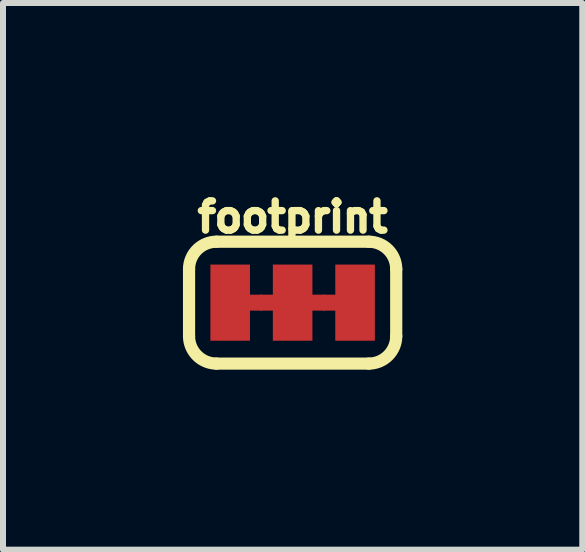
<source format=kicad_pcb>
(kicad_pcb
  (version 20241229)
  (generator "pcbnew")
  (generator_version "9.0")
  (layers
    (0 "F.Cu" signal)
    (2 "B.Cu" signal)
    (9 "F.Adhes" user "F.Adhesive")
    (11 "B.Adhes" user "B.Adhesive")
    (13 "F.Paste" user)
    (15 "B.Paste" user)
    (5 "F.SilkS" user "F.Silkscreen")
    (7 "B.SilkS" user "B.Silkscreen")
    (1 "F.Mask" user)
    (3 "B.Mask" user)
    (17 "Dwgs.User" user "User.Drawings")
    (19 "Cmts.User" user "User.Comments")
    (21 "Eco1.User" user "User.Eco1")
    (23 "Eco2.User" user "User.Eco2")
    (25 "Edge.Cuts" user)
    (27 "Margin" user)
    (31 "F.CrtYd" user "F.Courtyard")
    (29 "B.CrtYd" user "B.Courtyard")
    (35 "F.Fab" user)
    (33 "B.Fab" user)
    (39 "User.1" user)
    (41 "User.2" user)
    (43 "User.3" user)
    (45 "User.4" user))
  (footprint "footprint"
    (layer "F.Cu")
    (at 1.829 1.996)
    (property "Reference" "footprint" (at 0 -1.143 0) (layer "F.SilkS") (effects (font (size 0.488 0.488) (thickness 0.122)) (justify bottom)))
    (fp_poly (pts (xy -0.502 0.133) (xy -1.238 0.133) (xy -1.238 -0.133) (xy -0.502 -0.133)) (stroke (width 0) (type solid)) (fill yes) (layer "F.Cu"))
    (fp_poly (pts (xy 0.54 0.133) (xy -0.54 0.133) (xy -0.54 -0.133) (xy 0.54 -0.133)) (stroke (width 0) (type solid)) (fill yes) (layer "F.Cu"))
    (fp_poly (pts (xy 1.238 0.133) (xy 0.502 0.133) (xy 0.502 -0.133) (xy 1.238 -0.133)) (stroke (width 0) (type solid)) (fill yes) (layer "F.Cu"))
    (fp_poly (pts (xy -0.254 0.191) (xy -0.762 0.191) (xy -0.762 -0.191) (xy -0.254 -0.191)) (stroke (width 0) (type solid)) (fill yes) (layer "F.Mask"))
    (fp_poly (pts (xy 0.762 0.191) (xy 0.254 0.191) (xy 0.254 -0.191) (xy 0.762 -0.191)) (stroke (width 0) (type solid)) (fill yes) (layer "F.Mask"))
    (fp_line (start -1.727 0.559) (end -1.727 -0.559) (stroke (width 0.203) (type solid)) (layer "F.SilkS"))
    (fp_line (start -1.27 -1.016) (end 1.27 -1.016) (stroke (width 0.203) (type solid)) (layer "F.SilkS"))
    (fp_line (start 1.27 1.016) (end -1.27 1.016) (stroke (width 0.203) (type solid)) (layer "F.SilkS"))
    (fp_line (start 1.727 0.559) (end 1.727 -0.559) (stroke (width 0.203) (type solid)) (layer "F.SilkS"))
    (fp_arc (start -1.7272 -0.5588) (mid -1.593289 -0.882089) (end -1.27 -1.016) (stroke (width 0.2032) (type solid)) (layer "F.SilkS"))
    (fp_arc (start -1.27 1.016) (mid -1.593289 0.882089) (end -1.7272 0.5588) (stroke (width 0.2032) (type solid)) (layer "F.SilkS"))
    (fp_arc (start 1.27 -1.016) (mid 1.593289 -0.882089) (end 1.7272 -0.5588) (stroke (width 0.2032) (type solid)) (layer "F.SilkS"))
    (fp_arc (start 1.7272 0.5588) (mid 1.593289 0.882089) (end 1.27 1.016) (stroke (width 0.2032) (type solid)) (layer "F.SilkS"))
    (pad "1" smd rect (at -1.041 0) (size 0.66 1.27) (layers "F.Cu" "F.Mask"))
    (pad "2" smd rect (at 0 0) (size 0.66 1.27) (layers "F.Cu" "F.Mask"))
    (pad "3" smd rect (at 1.041 0) (size 0.66 1.27) (layers "F.Cu" "F.Mask")))
  (gr_rect
    (start -3 -3)
    (end 6.658 6.114)
    (stroke (width 0.1) (type default))
    (fill no)
    (layer "Edge.Cuts")))
</source>
